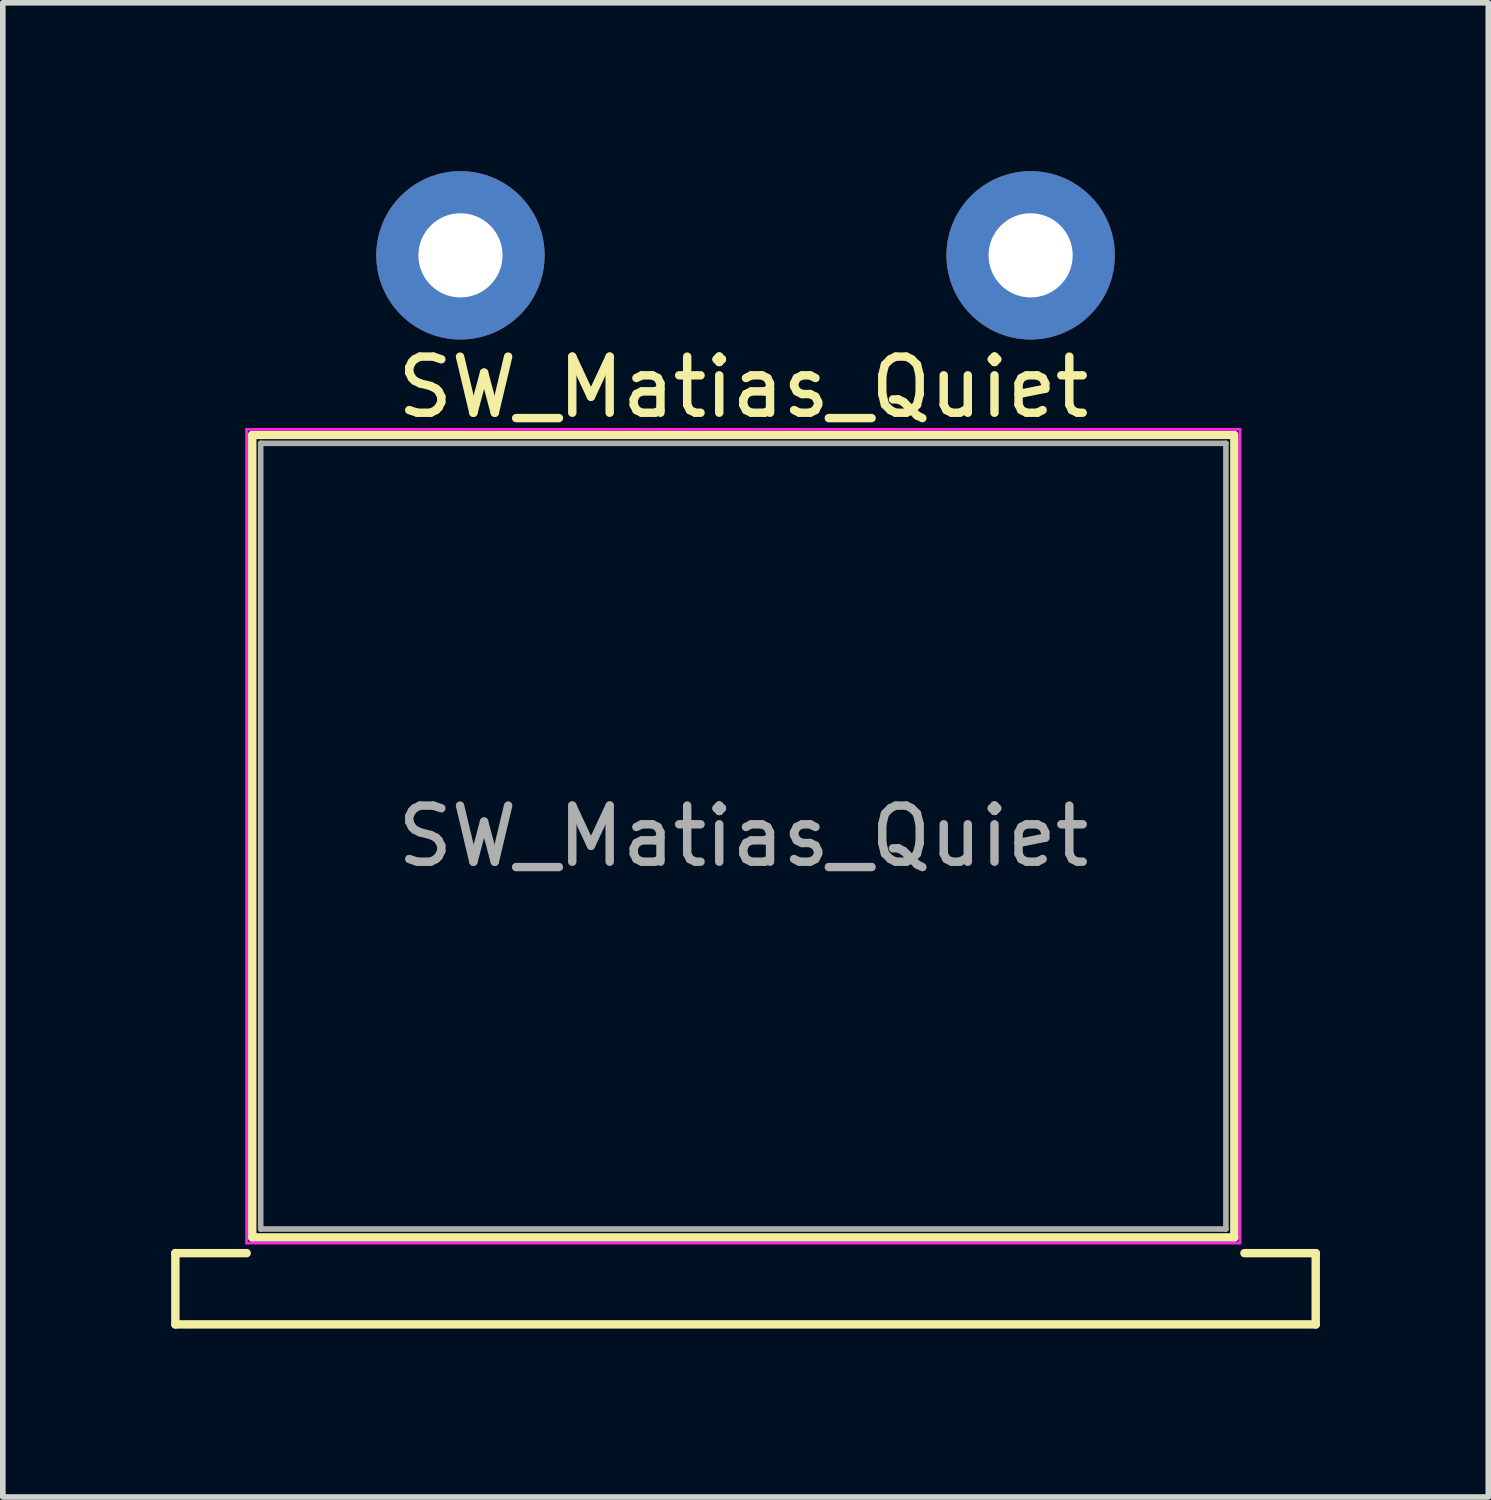
<source format=kicad_pcb>
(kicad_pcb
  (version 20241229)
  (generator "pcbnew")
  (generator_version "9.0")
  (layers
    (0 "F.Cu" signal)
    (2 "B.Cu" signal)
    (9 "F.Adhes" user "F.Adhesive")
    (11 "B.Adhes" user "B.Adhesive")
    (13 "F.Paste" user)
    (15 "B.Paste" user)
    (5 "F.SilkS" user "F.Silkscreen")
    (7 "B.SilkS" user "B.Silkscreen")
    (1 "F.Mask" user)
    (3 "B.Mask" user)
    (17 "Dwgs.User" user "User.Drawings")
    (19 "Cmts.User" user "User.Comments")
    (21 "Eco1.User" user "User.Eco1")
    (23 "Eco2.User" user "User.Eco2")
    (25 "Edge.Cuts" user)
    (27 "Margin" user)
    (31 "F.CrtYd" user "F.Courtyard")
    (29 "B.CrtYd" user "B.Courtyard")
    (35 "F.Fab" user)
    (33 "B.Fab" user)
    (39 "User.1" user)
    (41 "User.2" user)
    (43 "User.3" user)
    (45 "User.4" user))
  (footprint "SW_Matias_Quiet"
    (layer "F.Cu")
    (at 5.155 1.5)
    (property "Reference" "SW_Matias_Quiet" (at 5.04 2.35 0) (layer "F.SilkS") (effects (font (size 1 1) (thickness 0.15))))
    (attr through_hole)
    (fp_line (start -5.08 17.78) (end -5.08 19.05) (stroke (width 0.15) (type solid)) (layer "F.SilkS"))
    (fp_line (start -5.08 19.05) (end 15.24 19.05) (stroke (width 0.15) (type solid)) (layer "F.SilkS"))
    (fp_line (start -3.81 17.78) (end -5.08 17.78) (stroke (width 0.15) (type solid)) (layer "F.SilkS"))
    (fp_line (start -3.71 3.2) (end 13.78 3.2) (stroke (width 0.15) (type solid)) (layer "F.SilkS"))
    (fp_line (start -3.71 17.5) (end -3.71 3.2) (stroke (width 0.15) (type solid)) (layer "F.SilkS"))
    (fp_line (start 13.79 3.2) (end 13.79 17.5) (stroke (width 0.15) (type solid)) (layer "F.SilkS"))
    (fp_line (start 13.79 17.5) (end -3.71 17.5) (stroke (width 0.15) (type solid)) (layer "F.SilkS"))
    (fp_line (start 15.24 17.78) (end 13.97 17.78) (stroke (width 0.15) (type solid)) (layer "F.SilkS"))
    (fp_line (start 15.24 19.05) (end 15.24 17.78) (stroke (width 0.15) (type solid)) (layer "F.SilkS"))
    (fp_line (start -3.81 3.1) (end -3.81 17.6) (stroke (width 0.05) (type solid)) (layer "F.CrtYd"))
    (fp_line (start -3.81 3.1) (end 13.89 3.1) (stroke (width 0.05) (type solid)) (layer "F.CrtYd"))
    (fp_line (start -3.81 17.6) (end 13.89 17.6) (stroke (width 0.05) (type solid)) (layer "F.CrtYd"))
    (fp_line (start 13.89 17.6) (end 13.89 3.1) (stroke (width 0.05) (type solid)) (layer "F.CrtYd"))
    (fp_line (start -3.56 3.35) (end 13.64 3.35) (stroke (width 0.1) (type solid)) (layer "F.Fab"))
    (fp_line (start -3.56 17.35) (end -3.56 3.35) (stroke (width 0.1) (type solid)) (layer "F.Fab"))
    (fp_line (start 13.64 3.35) (end 13.64 17.35) (stroke (width 0.1) (type solid)) (layer "F.Fab"))
    (fp_line (start 13.64 17.35) (end -3.56 17.35) (stroke (width 0.1) (type solid)) (layer "F.Fab"))
    (fp_text user "${REFERENCE}" (at 5.04 10.35 0) (layer "F.Fab") (effects (font (size 1 1) (thickness 0.15))))
    (pad "1" thru_hole circle (at 0 0) (size 3 3) (drill 1.5) (layers "*.Cu" "*.Mask"))
    (pad "2" thru_hole circle (at 10.16 0) (size 3 3) (drill 1.5) (layers "*.Cu" "*.Mask")))
  (gr_rect
    (start -3 -3)
    (end 23.47 23.625)
    (stroke (width 0.1) (type default))
    (fill no)
    (layer "Edge.Cuts")))
</source>
